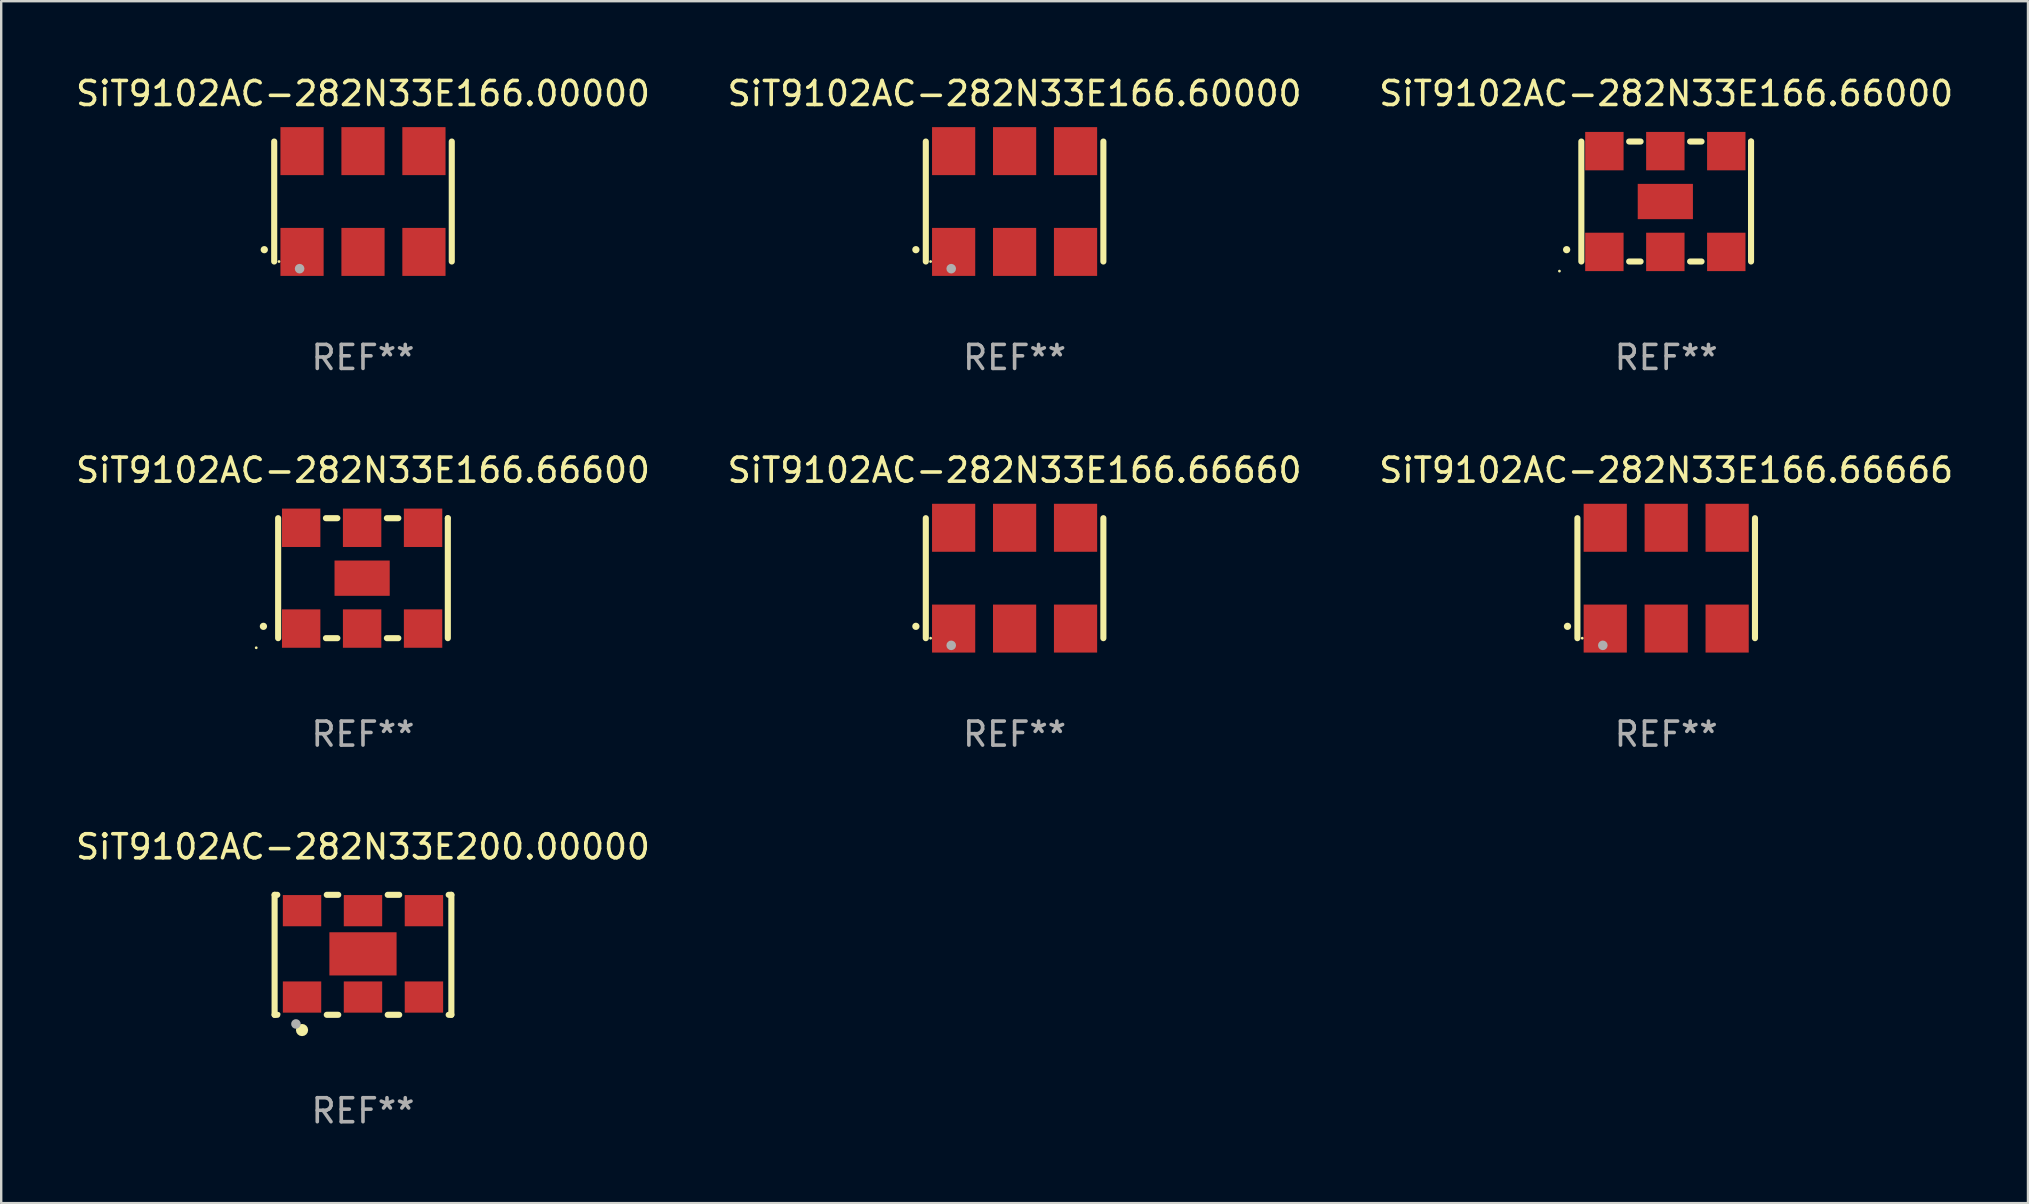
<source format=kicad_pcb>
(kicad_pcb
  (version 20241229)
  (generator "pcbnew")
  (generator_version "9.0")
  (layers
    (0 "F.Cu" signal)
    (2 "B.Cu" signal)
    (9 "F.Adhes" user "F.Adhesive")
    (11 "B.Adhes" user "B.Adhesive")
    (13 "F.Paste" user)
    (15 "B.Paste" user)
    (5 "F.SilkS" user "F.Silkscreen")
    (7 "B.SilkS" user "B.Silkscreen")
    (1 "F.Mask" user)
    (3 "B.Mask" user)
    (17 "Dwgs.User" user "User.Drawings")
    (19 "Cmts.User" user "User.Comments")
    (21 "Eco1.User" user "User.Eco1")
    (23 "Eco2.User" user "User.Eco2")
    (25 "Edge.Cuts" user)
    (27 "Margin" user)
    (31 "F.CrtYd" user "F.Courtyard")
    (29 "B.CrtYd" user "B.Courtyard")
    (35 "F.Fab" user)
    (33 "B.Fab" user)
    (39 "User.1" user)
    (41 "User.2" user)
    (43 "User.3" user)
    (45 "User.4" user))
  (footprint "SiT9102AC-282N33E166.66660"
    (layer "F.Cu")
    (at 39.232 21.045)
    (property "Reference" "SiT9102AC-282N33E166.66660" (at 0 -4.5 0) (layer "F.SilkS") (effects (font (size 1 1) (thickness 0.15))))
    (attr through_hole)
    (fp_line (start -3.7 -2.5) (end -3.7 2.5) (stroke (width 0.254) (type solid)) (layer "F.SilkS"))
    (fp_line (start 3.7 -2.5) (end 3.7 2.5) (stroke (width 0.254) (type solid)) (layer "F.SilkS"))
    (fp_arc (start -4.114415 2.006604) (mid -4.113145 2.006599) (end -4.111875 2.006604) (stroke (width 0.3) (type solid)) (layer "F.SilkS"))
    (fp_circle (center -3.5 2.501) (end -3.47 2.501) (stroke (width 0.06) (type solid)) (fill no) (layer "F.SilkS"))
    (fp_circle (center -2.641 2.799) (end -2.541 2.799) (stroke (width 0.2) (type solid)) (fill no) (layer "F.Fab"))
    (fp_text user "REF**" (at 0 6.5 0) (layer "F.Fab") (effects (font (size 1 1) (thickness 0.15))))
    (pad "1" smd rect (at -2.54 2.1) (size 1.8 2) (layers "F.Cu" "F.Mask" "F.Paste"))
    (pad "2" smd rect (at 0.000394 2.1) (size 1.8 2) (layers "F.Cu" "F.Mask" "F.Paste"))
    (pad "3" smd rect (at 2.54 2.1) (size 1.8 2) (layers "F.Cu" "F.Mask" "F.Paste"))
    (pad "4" smd rect (at 2.54 -2.1) (size 1.8 2) (layers "F.Cu" "F.Mask" "F.Paste"))
    (pad "5" smd rect (at 0.000394 -2.1) (size 1.8 2) (layers "F.Cu" "F.Mask" "F.Paste"))
    (pad "6" smd rect (at -2.54 -2.1) (size 1.8 2) (layers "F.Cu" "F.Mask" "F.Paste")))
  (footprint "SiT9102AC-282N33E166.00000"
    (layer "F.Cu")
    (at 12.077 5.348)
    (property "Reference" "SiT9102AC-282N33E166.00000" (at 0 -4.5 0) (layer "F.SilkS") (effects (font (size 1 1) (thickness 0.15))))
    (attr through_hole)
    (fp_line (start -3.7 -2.5) (end -3.7 2.5) (stroke (width 0.254) (type solid)) (layer "F.SilkS"))
    (fp_line (start 3.7 -2.5) (end 3.7 2.5) (stroke (width 0.254) (type solid)) (layer "F.SilkS"))
    (fp_arc (start -4.114415 2.006604) (mid -4.113145 2.006599) (end -4.111875 2.006604) (stroke (width 0.3) (type solid)) (layer "F.SilkS"))
    (fp_circle (center -3.5 2.501) (end -3.47 2.501) (stroke (width 0.06) (type solid)) (fill no) (layer "F.SilkS"))
    (fp_circle (center -2.641 2.799) (end -2.541 2.799) (stroke (width 0.2) (type solid)) (fill no) (layer "F.Fab"))
    (fp_text user "REF**" (at 0 6.5 0) (layer "F.Fab") (effects (font (size 1 1) (thickness 0.15))))
    (pad "1" smd rect (at -2.54 2.1) (size 1.8 2) (layers "F.Cu" "F.Mask" "F.Paste"))
    (pad "2" smd rect (at 0.000394 2.1) (size 1.8 2) (layers "F.Cu" "F.Mask" "F.Paste"))
    (pad "3" smd rect (at 2.54 2.1) (size 1.8 2) (layers "F.Cu" "F.Mask" "F.Paste"))
    (pad "4" smd rect (at 2.54 -2.1) (size 1.8 2) (layers "F.Cu" "F.Mask" "F.Paste"))
    (pad "5" smd rect (at 0.000394 -2.1) (size 1.8 2) (layers "F.Cu" "F.Mask" "F.Paste"))
    (pad "6" smd rect (at -2.54 -2.1) (size 1.8 2) (layers "F.Cu" "F.Mask" "F.Paste")))
  (footprint "SiT9102AC-282N33E166.66600"
    (layer "F.Cu")
    (at 12.077 21.045)
    (property "Reference" "SiT9102AC-282N33E166.66600" (at 0 -4.5 0) (layer "F.SilkS") (effects (font (size 1 1) (thickness 0.15))))
    (attr through_hole)
    (fp_line (start -3.536 -2.5) (end -3.536 2.5) (stroke (width 0.254) (type solid)) (layer "F.SilkS"))
    (fp_line (start -1.544 2.5) (end -1.067 2.5) (stroke (width 0.254) (type solid)) (layer "F.SilkS"))
    (fp_line (start -1.067 -2.5) (end -1.544 -2.5) (stroke (width 0.254) (type solid)) (layer "F.SilkS"))
    (fp_line (start 0.996 2.5) (end 1.473 2.5) (stroke (width 0.254) (type solid)) (layer "F.SilkS"))
    (fp_line (start 1.473 -2.5) (end 0.996 -2.5) (stroke (width 0.254) (type solid)) (layer "F.SilkS"))
    (fp_line (start 3.536 -2.5) (end 3.536 -2.5) (stroke (width 0.254) (type solid)) (layer "F.SilkS"))
    (fp_line (start 3.536 2.5) (end 3.536 -2.5) (stroke (width 0.254) (type solid)) (layer "F.SilkS"))
    (fp_arc (start -4.150432 2.006604) (mid -4.149162 2.006599) (end -4.147892 2.006604) (stroke (width 0.3) (type solid)) (layer "F.SilkS"))
    (fp_circle (center -4.449 2.9) (end -4.419 2.9) (stroke (width 0.06) (type solid)) (fill no) (layer "F.SilkS"))
    (fp_text user "REF**" (at 0 6.5 0) (layer "F.Fab") (effects (font (size 1 1) (thickness 0.15))))
    (pad "1" smd rect (at -2.576 2.1) (size 1.6 1.6) (layers "F.Cu" "F.Mask" "F.Paste"))
    (pad "2" smd rect (at -0.036 2.1) (size 1.6 1.6) (layers "F.Cu" "F.Mask" "F.Paste"))
    (pad "3" smd rect (at 2.504 2.1) (size 1.6 1.6) (layers "F.Cu" "F.Mask" "F.Paste"))
    (pad "4" smd rect (at 2.504 -2.1) (size 1.6 1.6) (layers "F.Cu" "F.Mask" "F.Paste"))
    (pad "5" smd rect (at -0.036 -2.1) (size 1.6 1.6) (layers "F.Cu" "F.Mask" "F.Paste"))
    (pad "6" smd rect (at -2.576 -2.1) (size 1.6 1.6) (layers "F.Cu" "F.Mask" "F.Paste"))
    (pad "7" smd rect (at -0.036 0) (size 2.3 1.47) (layers "F.Cu" "F.Mask" "F.Paste")))
  (footprint "SiT9102AC-282N33E166.60000"
    (layer "F.Cu")
    (at 39.232 5.348)
    (property "Reference" "SiT9102AC-282N33E166.60000" (at 0 -4.5 0) (layer "F.SilkS") (effects (font (size 1 1) (thickness 0.15))))
    (attr through_hole)
    (fp_line (start -3.7 -2.5) (end -3.7 2.5) (stroke (width 0.254) (type solid)) (layer "F.SilkS"))
    (fp_line (start 3.7 -2.5) (end 3.7 2.5) (stroke (width 0.254) (type solid)) (layer "F.SilkS"))
    (fp_arc (start -4.114415 2.006604) (mid -4.113145 2.006599) (end -4.111875 2.006604) (stroke (width 0.3) (type solid)) (layer "F.SilkS"))
    (fp_circle (center -3.5 2.501) (end -3.47 2.501) (stroke (width 0.06) (type solid)) (fill no) (layer "F.SilkS"))
    (fp_circle (center -2.641 2.799) (end -2.541 2.799) (stroke (width 0.2) (type solid)) (fill no) (layer "F.Fab"))
    (fp_text user "REF**" (at 0 6.5 0) (layer "F.Fab") (effects (font (size 1 1) (thickness 0.15))))
    (pad "1" smd rect (at -2.54 2.1) (size 1.8 2) (layers "F.Cu" "F.Mask" "F.Paste"))
    (pad "2" smd rect (at 0.000394 2.1) (size 1.8 2) (layers "F.Cu" "F.Mask" "F.Paste"))
    (pad "3" smd rect (at 2.54 2.1) (size 1.8 2) (layers "F.Cu" "F.Mask" "F.Paste"))
    (pad "4" smd rect (at 2.54 -2.1) (size 1.8 2) (layers "F.Cu" "F.Mask" "F.Paste"))
    (pad "5" smd rect (at 0.000394 -2.1) (size 1.8 2) (layers "F.Cu" "F.Mask" "F.Paste"))
    (pad "6" smd rect (at -2.54 -2.1) (size 1.8 2) (layers "F.Cu" "F.Mask" "F.Paste")))
  (footprint "SiT9102AC-282N33E200.00000"
    (layer "F.Cu")
    (at 12.077 36.741)
    (property "Reference" "SiT9102AC-282N33E200.00000" (at 0 -4.5 0) (layer "F.SilkS") (effects (font (size 1 1) (thickness 0.15))))
    (attr through_hole)
    (fp_line (start -3.683 -2.5) (end -3.571 -2.5) (stroke (width 0.254) (type solid)) (layer "F.SilkS"))
    (fp_line (start -3.683 2.5) (end -3.683 -2.5) (stroke (width 0.254) (type solid)) (layer "F.SilkS"))
    (fp_line (start -3.683 2.5) (end -3.571 2.5) (stroke (width 0.254) (type solid)) (layer "F.SilkS"))
    (fp_line (start -1.509 -2.5) (end -1.031 -2.5) (stroke (width 0.254) (type solid)) (layer "F.SilkS"))
    (fp_line (start -1.509 2.5) (end -1.031 2.5) (stroke (width 0.254) (type solid)) (layer "F.SilkS"))
    (fp_line (start 1.031 -2.5) (end 1.509 -2.5) (stroke (width 0.254) (type solid)) (layer "F.SilkS"))
    (fp_line (start 1.031 2.5) (end 1.509 2.5) (stroke (width 0.254) (type solid)) (layer "F.SilkS"))
    (fp_line (start 3.571 -2.5) (end 3.683 -2.5) (stroke (width 0.254) (type solid)) (layer "F.SilkS"))
    (fp_line (start 3.571 2.5) (end 3.683 2.5) (stroke (width 0.254) (type solid)) (layer "F.SilkS"))
    (fp_line (start 3.683 2.5) (end 3.683 -2.5) (stroke (width 0.254) (type solid)) (layer "F.SilkS"))
    (fp_circle (center -3.5 2.46) (end -3.47 2.46) (stroke (width 0.06) (type solid)) (fill no) (layer "F.SilkS"))
    (fp_circle (center -2.54 3.135) (end -2.413 3.135) (stroke (width 0.254) (type solid)) (fill no) (layer "F.SilkS"))
    (fp_circle (center -2.794 2.881) (end -2.694 2.881) (stroke (width 0.2) (type solid)) (fill no) (layer "F.Fab"))
    (fp_text user "REF**" (at 0 6.5 0) (layer "F.Fab") (effects (font (size 1 1) (thickness 0.15))))
    (pad "1" smd rect (at -2.54 1.76) (size 1.6 1.3) (layers "F.Cu" "F.Mask" "F.Paste"))
    (pad "2" smd rect (at 0 1.76) (size 1.6 1.3) (layers "F.Cu" "F.Mask" "F.Paste"))
    (pad "3" smd rect (at 2.54 1.76) (size 1.6 1.3) (layers "F.Cu" "F.Mask" "F.Paste"))
    (pad "4" smd rect (at 2.54 -1.84) (size 1.6 1.3) (layers "F.Cu" "F.Mask" "F.Paste"))
    (pad "5" smd rect (at 0 -1.84) (size 1.6 1.3) (layers "F.Cu" "F.Mask" "F.Paste"))
    (pad "6" smd rect (at -2.54 -1.84) (size 1.6 1.3) (layers "F.Cu" "F.Mask" "F.Paste"))
    (pad "7" smd rect (at 0 -0.04) (size 2.8 1.8) (layers "F.Cu" "F.Mask" "F.Paste")))
  (footprint "SiT9102AC-282N33E166.66000"
    (layer "F.Cu")
    (at 66.387 5.348)
    (property "Reference" "SiT9102AC-282N33E166.66000" (at 0 -4.5 0) (layer "F.SilkS") (effects (font (size 1 1) (thickness 0.15))))
    (attr through_hole)
    (fp_line (start -3.536 -2.5) (end -3.536 2.5) (stroke (width 0.254) (type solid)) (layer "F.SilkS"))
    (fp_line (start -1.544 2.5) (end -1.067 2.5) (stroke (width 0.254) (type solid)) (layer "F.SilkS"))
    (fp_line (start -1.067 -2.5) (end -1.544 -2.5) (stroke (width 0.254) (type solid)) (layer "F.SilkS"))
    (fp_line (start 0.996 2.5) (end 1.473 2.5) (stroke (width 0.254) (type solid)) (layer "F.SilkS"))
    (fp_line (start 1.473 -2.5) (end 0.996 -2.5) (stroke (width 0.254) (type solid)) (layer "F.SilkS"))
    (fp_line (start 3.536 -2.5) (end 3.536 -2.5) (stroke (width 0.254) (type solid)) (layer "F.SilkS"))
    (fp_line (start 3.536 2.5) (end 3.536 -2.5) (stroke (width 0.254) (type solid)) (layer "F.SilkS"))
    (fp_arc (start -4.150432 2.006604) (mid -4.149162 2.006599) (end -4.147892 2.006604) (stroke (width 0.3) (type solid)) (layer "F.SilkS"))
    (fp_circle (center -4.449 2.9) (end -4.419 2.9) (stroke (width 0.06) (type solid)) (fill no) (layer "F.SilkS"))
    (fp_text user "REF**" (at 0 6.5 0) (layer "F.Fab") (effects (font (size 1 1) (thickness 0.15))))
    (pad "1" smd rect (at -2.576 2.1) (size 1.6 1.6) (layers "F.Cu" "F.Mask" "F.Paste"))
    (pad "2" smd rect (at -0.036 2.1) (size 1.6 1.6) (layers "F.Cu" "F.Mask" "F.Paste"))
    (pad "3" smd rect (at 2.504 2.1) (size 1.6 1.6) (layers "F.Cu" "F.Mask" "F.Paste"))
    (pad "4" smd rect (at 2.504 -2.1) (size 1.6 1.6) (layers "F.Cu" "F.Mask" "F.Paste"))
    (pad "5" smd rect (at -0.036 -2.1) (size 1.6 1.6) (layers "F.Cu" "F.Mask" "F.Paste"))
    (pad "6" smd rect (at -2.576 -2.1) (size 1.6 1.6) (layers "F.Cu" "F.Mask" "F.Paste"))
    (pad "7" smd rect (at -0.036 0) (size 2.3 1.47) (layers "F.Cu" "F.Mask" "F.Paste")))
  (footprint "SiT9102AC-282N33E166.66666"
    (layer "F.Cu")
    (at 66.387 21.045)
    (property "Reference" "SiT9102AC-282N33E166.66666" (at 0 -4.5 0) (layer "F.SilkS") (effects (font (size 1 1) (thickness 0.15))))
    (attr through_hole)
    (fp_line (start -3.7 -2.5) (end -3.7 2.5) (stroke (width 0.254) (type solid)) (layer "F.SilkS"))
    (fp_line (start 3.7 -2.5) (end 3.7 2.5) (stroke (width 0.254) (type solid)) (layer "F.SilkS"))
    (fp_arc (start -4.114415 2.006604) (mid -4.113145 2.006599) (end -4.111875 2.006604) (stroke (width 0.3) (type solid)) (layer "F.SilkS"))
    (fp_circle (center -3.5 2.501) (end -3.47 2.501) (stroke (width 0.06) (type solid)) (fill no) (layer "F.SilkS"))
    (fp_circle (center -2.641 2.799) (end -2.541 2.799) (stroke (width 0.2) (type solid)) (fill no) (layer "F.Fab"))
    (fp_text user "REF**" (at 0 6.5 0) (layer "F.Fab") (effects (font (size 1 1) (thickness 0.15))))
    (pad "1" smd rect (at -2.54 2.1) (size 1.8 2) (layers "F.Cu" "F.Mask" "F.Paste"))
    (pad "2" smd rect (at 0.000394 2.1) (size 1.8 2) (layers "F.Cu" "F.Mask" "F.Paste"))
    (pad "3" smd rect (at 2.54 2.1) (size 1.8 2) (layers "F.Cu" "F.Mask" "F.Paste"))
    (pad "4" smd rect (at 2.54 -2.1) (size 1.8 2) (layers "F.Cu" "F.Mask" "F.Paste"))
    (pad "5" smd rect (at 0.000394 -2.1) (size 1.8 2) (layers "F.Cu" "F.Mask" "F.Paste"))
    (pad "6" smd rect (at -2.54 -2.1) (size 1.8 2) (layers "F.Cu" "F.Mask" "F.Paste")))
  (gr_rect
    (start -3 -3)
    (end 81.464 47.09)
    (stroke (width 0.1) (type default))
    (fill no)
    (layer "Edge.Cuts")))
</source>
